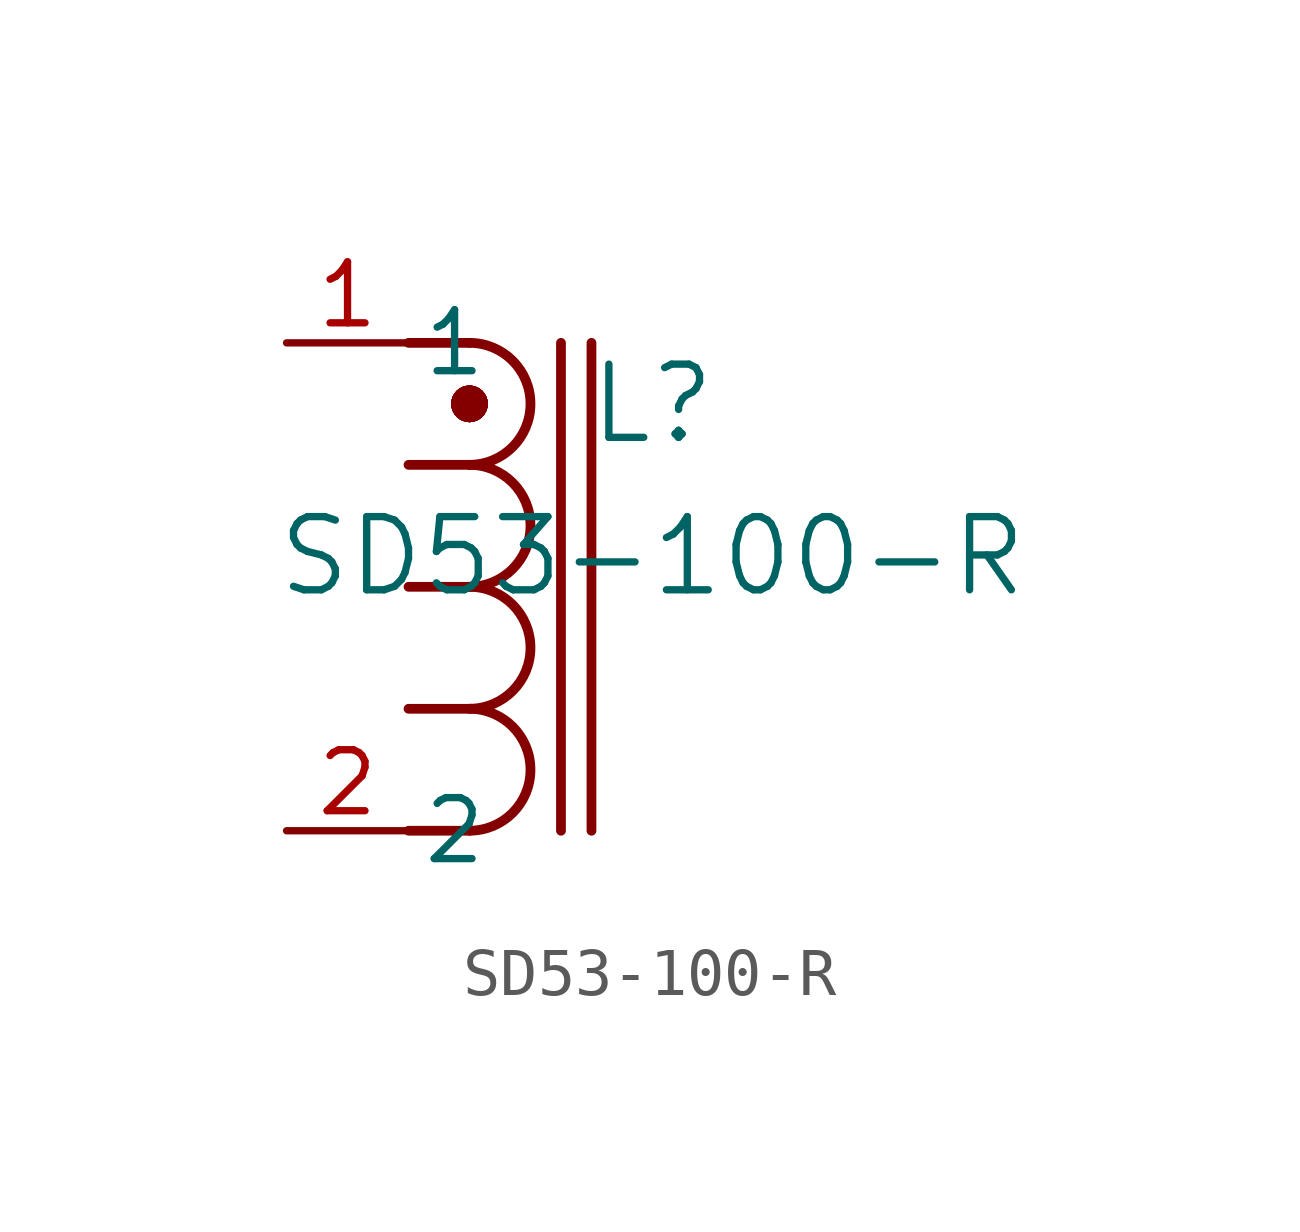
<source format=kicad_sym>
(kicad_symbol_lib
  (version 20211014)
  (generator kicad_symbol_editor)
  (symbol "SD53-100-R"
    (pin_names
      (offset 0.254))
    (property "Reference" "L"
      (at 7.62 -1.27 0)
      (effects (font (size 1.524 1.524))))
    (property "Value" "SD53-100-R"
      (at 7.62 -4.445 0)
      (effects (font (size 1.524 1.524))))
    (arc
      (start 3.81 -7.62)
      (mid 5.08 -6.35)
      (end 3.81 -5.08)
      (stroke (width 0.2032) (type default) (color 0 0 0 0))
      (fill (type none)))
    (arc
      (start 3.81 -10.16)
      (mid 5.08 -8.89)
      (end 3.81 -7.62)
      (stroke (width 0.2032) (type default) (color 0 0 0 0))
      (fill (type none)))
    (arc
      (start 3.81 -2.54)
      (mid 5.08 -1.27)
      (end 3.81 0)
      (stroke (width 0.2032) (type default) (color 0 0 0 0))
      (fill (type none)))
    (arc
      (start 3.81 -5.08)
      (mid 5.08 -3.81)
      (end 3.81 -2.54)
      (stroke (width 0.2032) (type default) (color 0 0 0 0))
      (fill (type none)))
    (polyline
      (pts (xy 2.54 -5.08) (xy 3.81 -5.08))
      (stroke (width 0.203) (type default) (color 0 0 0 0))
      (fill (type none)))
    (polyline
      (pts (xy 2.54 -7.62) (xy 3.81 -7.62))
      (stroke (width 0.203) (type default) (color 0 0 0 0))
      (fill (type none)))
    (polyline
      (pts (xy 3.683 -1.27) (xy 3.81 -1.27))
      (stroke (width 0.508) (type default) (color 0 0 0 0))
      (fill (type none)))
    (polyline
      (pts (xy 2.54 -10.16) (xy 3.81 -10.16))
      (stroke (width 0.203) (type default) (color 0 0 0 0))
      (fill (type none)))
    (polyline
      (pts (xy 2.54 -2.54) (xy 3.81 -2.54))
      (stroke (width 0.203) (type default) (color 0 0 0 0))
      (fill (type none)))
    (polyline
      (pts (xy 6.35 0) (xy 6.35 -10.16))
      (stroke (width 0.203) (type default) (color 0 0 0 0))
      (fill (type none)))
    (polyline
      (pts (xy 5.715 0) (xy 5.715 -10.16))
      (stroke (width 0.203) (type default) (color 0 0 0 0))
      (fill (type none)))
    (arc
      (start 3.81 -1.524)
      (mid 4.064 -1.27)
      (end 3.81 -1.016)
      (stroke (width 0.254) (type default) (color 0 0 0 0))
      (fill (type none)))
    (arc
      (start 3.81 -1.016)
      (mid 3.556 -1.27)
      (end 3.81 -1.524)
      (stroke (width 0.254) (type default) (color 0 0 0 0))
      (fill (type none)))
    (arc
      (start 3.81 -1.524)
      (mid 4.064 -1.27)
      (end 3.81 -1.016)
      (stroke (width 0.254) (type default) (color 0 0 0 0))
      (fill (type none)))
    (arc
      (start 3.81 -1.016)
      (mid 3.556 -1.27)
      (end 3.81 -1.524)
      (stroke (width 0.254) (type default) (color 0 0 0 0))
      (fill (type none)))
    (arc
      (start 3.81 -1.524)
      (mid 4.064 -1.27)
      (end 3.81 -1.016)
      (stroke (width 0.254) (type default) (color 0 0 0 0))
      (fill (type none)))
    (arc
      (start 3.81 -1.016)
      (mid 3.556 -1.27)
      (end 3.81 -1.524)
      (stroke (width 0.254) (type default) (color 0 0 0 0))
      (fill (type none)))
    (arc
      (start 3.81 -1.524)
      (mid 4.064 -1.27)
      (end 3.81 -1.016)
      (stroke (width 0.254) (type default) (color 0 0 0 0))
      (fill (type none)))
    (arc
      (start 3.81 -1.016)
      (mid 3.556 -1.27)
      (end 3.81 -1.524)
      (stroke (width 0.254) (type default) (color 0 0 0 0))
      (fill (type none)))
    (arc
      (start 3.81 -1.524)
      (mid 4.064 -1.27)
      (end 3.81 -1.016)
      (stroke (width 0.254) (type default) (color 0 0 0 0))
      (fill (type none)))
    (arc
      (start 3.81 -1.016)
      (mid 3.556 -1.27)
      (end 3.81 -1.524)
      (stroke (width 0.254) (type default) (color 0 0 0 0))
      (fill (type none)))
    (arc
      (start 3.81 -1.524)
      (mid 4.064 -1.27)
      (end 3.81 -1.016)
      (stroke (width 0.254) (type default) (color 0 0 0 0))
      (fill (type none)))
    (arc
      (start 3.81 -1.016)
      (mid 3.556 -1.27)
      (end 3.81 -1.524)
      (stroke (width 0.254) (type default) (color 0 0 0 0))
      (fill (type none)))
    (arc
      (start 3.81 -1.524)
      (mid 4.064 -1.27)
      (end 3.81 -1.016)
      (stroke (width 0.254) (type default) (color 0 0 0 0))
      (fill (type none)))
    (arc
      (start 3.81 -1.016)
      (mid 3.556 -1.27)
      (end 3.81 -1.524)
      (stroke (width 0.254) (type default) (color 0 0 0 0))
      (fill (type none)))
    (polyline
      (pts (xy 2.54 0) (xy 3.81 0))
      (stroke (width 0.203) (type default) (color 0 0 0 0))
      (fill (type none)))
    (pin unspecified line
      (at 0 0 0)
      (length 2.54)
      (name "1" (effects (font (size 1.27 1.27))))
      (number "1" (effects (font (size 1.27 1.27)))))
    (pin unspecified line
      (at 0 -10.16 0)
      (length 2.54)
      (name "2" (effects (font (size 1.27 1.27))))
      (number "2" (effects (font (size 1.27 1.27)))))))
</source>
